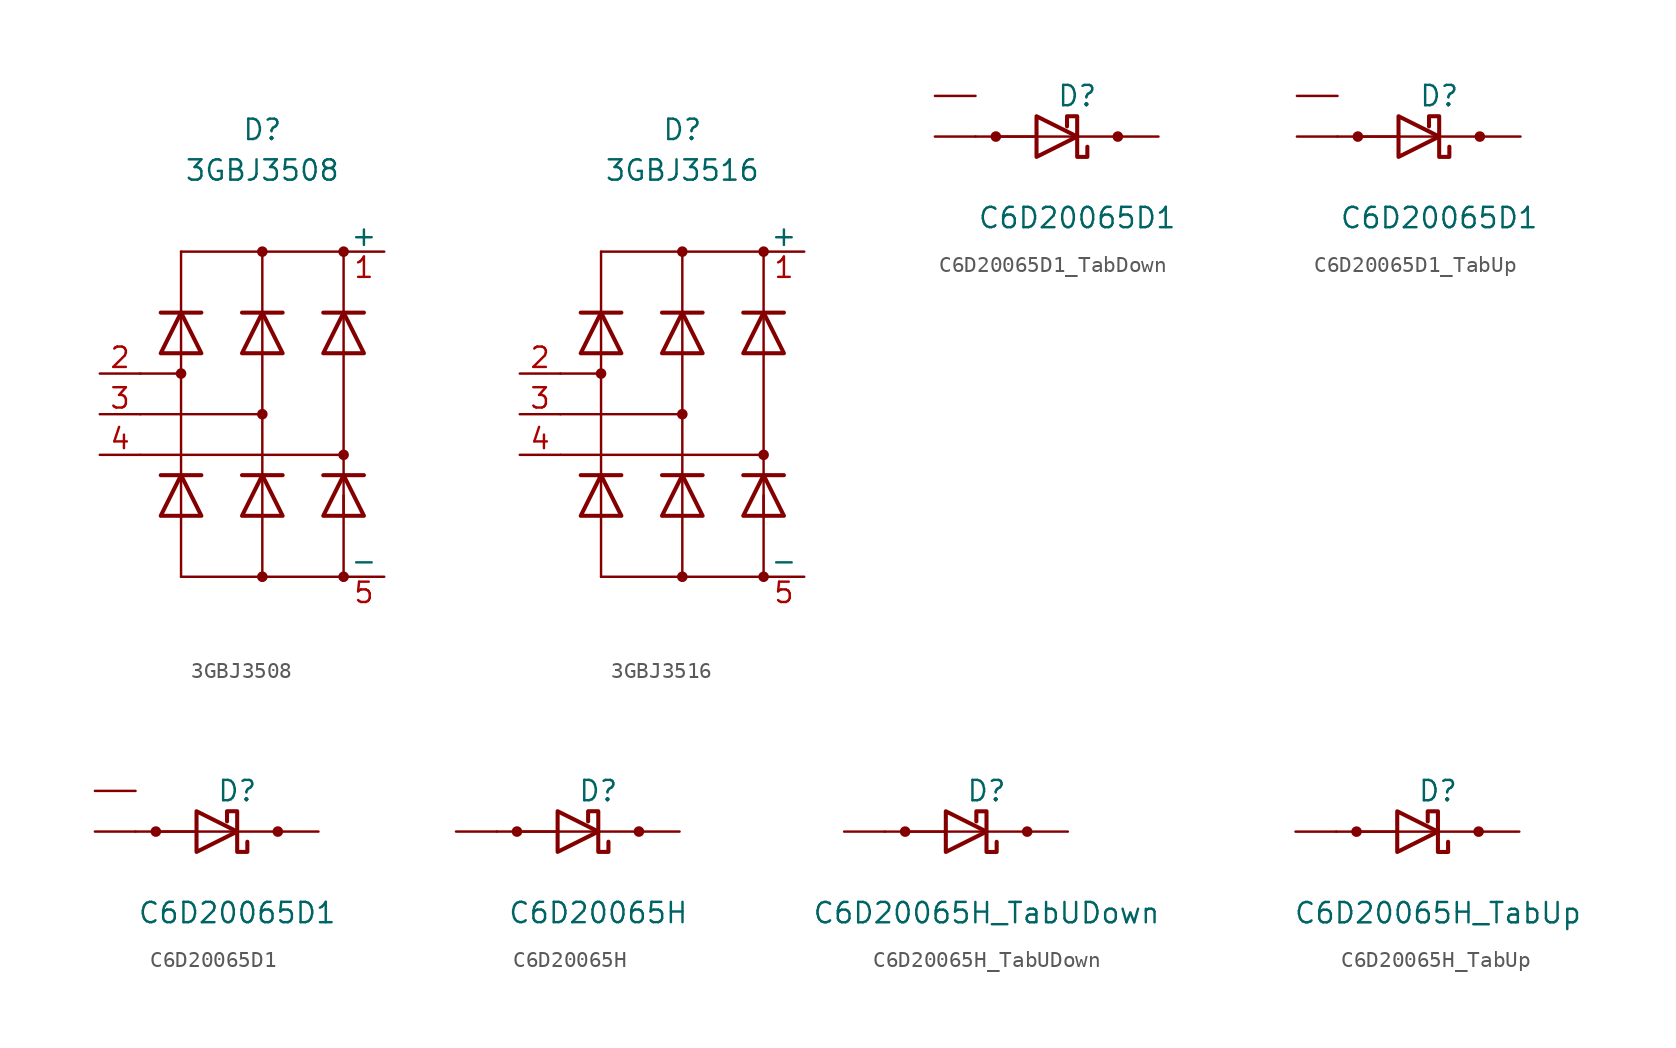
<source format=kicad_sym>
(kicad_symbol_lib
  (version 20220914)
  (generator kicad_symbol_editor)
  (symbol "3GBJ3508"
    (pin_names
      (offset 0))
    (property "Reference" "D"
      (at 0 17.78 0)
      (effects (font (size 1.27 1.27))))
    (property "Value" "3GBJ3508"
      (at 0 15.24 0)
      (effects (font (size 1.27 1.27))))
    (symbol "3GBJ3508_0_1"
      (circle (center -5.08 2.54) (radius 0.254) (stroke (width 0) (type default)) (fill (type outline)))
      (circle (center 0 -10.16) (radius 0.254) (stroke (width 0) (type default)) (fill (type outline)))
      (polyline (pts (xy -7.62 -2.54) (xy 5.08 -2.54)) (stroke (width 0) (type default)) (fill (type none)))
      (polyline (pts (xy -7.62 0) (xy 0 0)) (stroke (width 0) (type default)) (fill (type none)))
      (polyline (pts (xy -7.62 2.54) (xy -5.08 2.54)) (stroke (width 0) (type default)) (fill (type none)))
      (polyline (pts (xy -5.08 -10.16) (xy 5.08 -10.16)) (stroke (width 0) (type default)) (fill (type none)))
      (polyline (pts (xy -5.08 -6.35) (xy -5.08 -10.16)) (stroke (width 0) (type default)) (fill (type none)))
      (polyline (pts (xy -5.08 3.81) (xy -5.08 -3.81)) (stroke (width 0) (type default)) (fill (type none)))
      (polyline (pts (xy -5.08 10.16) (xy -5.08 6.35)) (stroke (width 0) (type default)) (fill (type none)))
      (polyline (pts (xy -5.08 10.16) (xy 5.08 10.16)) (stroke (width 0) (type default)) (fill (type none)))
      (polyline (pts (xy 0 -6.35) (xy 0 -10.16)) (stroke (width 0) (type default)) (fill (type none)))
      (polyline (pts (xy 0 3.81) (xy 0 -3.81)) (stroke (width 0) (type default)) (fill (type none)))
      (polyline (pts (xy 0 6.35) (xy 0 10.16)) (stroke (width 0) (type default)) (fill (type none)))
      (polyline (pts (xy 5.08 -10.16) (xy 5.08 -5.08)) (stroke (width 0) (type default)) (fill (type none)))
      (polyline (pts (xy 5.08 3.81) (xy 5.08 -3.81)) (stroke (width 0) (type default)) (fill (type none)))
      (polyline (pts (xy 5.08 10.16) (xy 5.08 6.35)) (stroke (width 0) (type default)) (fill (type none)))
      (circle (center 0 0) (radius 0.254) (stroke (width 0) (type default)) (fill (type outline)))
      (circle (center 0 10.16) (radius 0.254) (stroke (width 0) (type default)) (fill (type outline)))
      (circle (center 5.08 -10.16) (radius 0.254) (stroke (width 0) (type default)) (fill (type outline)))
      (circle (center 5.08 -2.54) (radius 0.254) (stroke (width 0) (type default)) (fill (type outline)))
      (circle (center 5.08 10.16) (radius 0.254) (stroke (width 0) (type default)) (fill (type outline))))
    (symbol "3GBJ3508_1_1"
      (polyline (pts (xy -5.08 -6.35) (xy -5.08 -3.81)) (stroke (width 0) (type default)) (fill (type none)))
      (polyline (pts (xy -5.08 3.81) (xy -5.08 6.35)) (stroke (width 0) (type default)) (fill (type none)))
      (polyline (pts (xy -3.81 -3.81) (xy -6.35 -3.81)) (stroke (width 0.254) (type default)) (fill (type none)))
      (polyline (pts (xy -3.81 6.35) (xy -6.35 6.35)) (stroke (width 0.254) (type default)) (fill (type none)))
      (polyline (pts (xy 0 -6.35) (xy 0 -3.81)) (stroke (width 0) (type default)) (fill (type none)))
      (polyline (pts (xy 0 3.81) (xy 0 6.35)) (stroke (width 0) (type default)) (fill (type none)))
      (polyline (pts (xy 1.27 -3.81) (xy -1.27 -3.81)) (stroke (width 0.254) (type default)) (fill (type none)))
      (polyline (pts (xy 1.27 6.35) (xy -1.27 6.35)) (stroke (width 0.254) (type default)) (fill (type none)))
      (polyline (pts (xy 5.08 -6.35) (xy 5.08 -3.81)) (stroke (width 0) (type default)) (fill (type none)))
      (polyline (pts (xy 5.08 3.81) (xy 5.08 6.35)) (stroke (width 0) (type default)) (fill (type none)))
      (polyline (pts (xy 6.35 -3.81) (xy 3.81 -3.81)) (stroke (width 0.254) (type default)) (fill (type none)))
      (polyline (pts (xy 6.35 6.35) (xy 3.81 6.35)) (stroke (width 0.254) (type default)) (fill (type none)))
      (polyline (pts (xy -3.81 -6.35) (xy -6.35 -6.35) (xy -5.08 -3.81) (xy -3.81 -6.35)) (stroke (width 0.254) (type default)) (fill (type none)))
      (polyline (pts (xy -3.81 3.81) (xy -6.35 3.81) (xy -5.08 6.35) (xy -3.81 3.81)) (stroke (width 0.254) (type default)) (fill (type none)))
      (polyline (pts (xy 1.27 -6.35) (xy -1.27 -6.35) (xy 0 -3.81) (xy 1.27 -6.35)) (stroke (width 0.254) (type default)) (fill (type none)))
      (polyline (pts (xy 1.27 3.81) (xy -1.27 3.81) (xy 0 6.35) (xy 1.27 3.81)) (stroke (width 0.254) (type default)) (fill (type none)))
      (polyline (pts (xy 6.35 -6.35) (xy 3.81 -6.35) (xy 5.08 -3.81) (xy 6.35 -6.35)) (stroke (width 0.254) (type default)) (fill (type none)))
      (polyline (pts (xy 6.35 3.81) (xy 3.81 3.81) (xy 5.08 6.35) (xy 6.35 3.81)) (stroke (width 0.254) (type default)) (fill (type none)))
      (pin passive line (at 7.62 10.16 180) (length 2.54) (name "+" (effects (font (size 1.27 1.27)))) (number "1" (effects (font (size 1.27 1.27)))))
      (pin passive line (at -10.16 2.54 0) (length 2.54) (name "~" (effects (font (size 1.27 1.27)))) (number "2" (effects (font (size 1.27 1.27)))))
      (pin passive line (at -10.16 0 0) (length 2.54) (name "~" (effects (font (size 1.27 1.27)))) (number "3" (effects (font (size 1.27 1.27)))))
      (pin passive line (at -10.16 -2.54 0) (length 2.54) (name "~" (effects (font (size 1.27 1.27)))) (number "4" (effects (font (size 1.27 1.27)))))
      (pin passive line (at 7.62 -10.16 180) (length 2.54) (name "-" (effects (font (size 1.27 1.27)))) (number "5" (effects (font (size 1.27 1.27)))))))
  (symbol "3GBJ3516"
    (pin_names
      (offset 0))
    (property "Reference" "D"
      (at 0 17.78 0)
      (effects (font (size 1.27 1.27))))
    (property "Value" "3GBJ3516"
      (at 0 15.24 0)
      (effects (font (size 1.27 1.27))))
    (symbol "3GBJ3516_0_1"
      (circle (center -5.08 2.54) (radius 0.254) (stroke (width 0) (type default)) (fill (type outline)))
      (circle (center 0 -10.16) (radius 0.254) (stroke (width 0) (type default)) (fill (type outline)))
      (polyline (pts (xy -7.62 -2.54) (xy 5.08 -2.54)) (stroke (width 0) (type default)) (fill (type none)))
      (polyline (pts (xy -7.62 0) (xy 0 0)) (stroke (width 0) (type default)) (fill (type none)))
      (polyline (pts (xy -7.62 2.54) (xy -5.08 2.54)) (stroke (width 0) (type default)) (fill (type none)))
      (polyline (pts (xy -5.08 -10.16) (xy 5.08 -10.16)) (stroke (width 0) (type default)) (fill (type none)))
      (polyline (pts (xy -5.08 -6.35) (xy -5.08 -10.16)) (stroke (width 0) (type default)) (fill (type none)))
      (polyline (pts (xy -5.08 3.81) (xy -5.08 -3.81)) (stroke (width 0) (type default)) (fill (type none)))
      (polyline (pts (xy -5.08 10.16) (xy -5.08 6.35)) (stroke (width 0) (type default)) (fill (type none)))
      (polyline (pts (xy -5.08 10.16) (xy 5.08 10.16)) (stroke (width 0) (type default)) (fill (type none)))
      (polyline (pts (xy 0 -6.35) (xy 0 -10.16)) (stroke (width 0) (type default)) (fill (type none)))
      (polyline (pts (xy 0 3.81) (xy 0 -3.81)) (stroke (width 0) (type default)) (fill (type none)))
      (polyline (pts (xy 0 6.35) (xy 0 10.16)) (stroke (width 0) (type default)) (fill (type none)))
      (polyline (pts (xy 5.08 -10.16) (xy 5.08 -5.08)) (stroke (width 0) (type default)) (fill (type none)))
      (polyline (pts (xy 5.08 3.81) (xy 5.08 -3.81)) (stroke (width 0) (type default)) (fill (type none)))
      (polyline (pts (xy 5.08 10.16) (xy 5.08 6.35)) (stroke (width 0) (type default)) (fill (type none)))
      (circle (center 0 0) (radius 0.254) (stroke (width 0) (type default)) (fill (type outline)))
      (circle (center 0 10.16) (radius 0.254) (stroke (width 0) (type default)) (fill (type outline)))
      (circle (center 5.08 -10.16) (radius 0.254) (stroke (width 0) (type default)) (fill (type outline)))
      (circle (center 5.08 -2.54) (radius 0.254) (stroke (width 0) (type default)) (fill (type outline)))
      (circle (center 5.08 10.16) (radius 0.254) (stroke (width 0) (type default)) (fill (type outline))))
    (symbol "3GBJ3516_1_1"
      (polyline (pts (xy -5.08 -6.35) (xy -5.08 -3.81)) (stroke (width 0) (type default)) (fill (type none)))
      (polyline (pts (xy -5.08 3.81) (xy -5.08 6.35)) (stroke (width 0) (type default)) (fill (type none)))
      (polyline (pts (xy -3.81 -3.81) (xy -6.35 -3.81)) (stroke (width 0.254) (type default)) (fill (type none)))
      (polyline (pts (xy -3.81 6.35) (xy -6.35 6.35)) (stroke (width 0.254) (type default)) (fill (type none)))
      (polyline (pts (xy 0 -6.35) (xy 0 -3.81)) (stroke (width 0) (type default)) (fill (type none)))
      (polyline (pts (xy 0 3.81) (xy 0 6.35)) (stroke (width 0) (type default)) (fill (type none)))
      (polyline (pts (xy 1.27 -3.81) (xy -1.27 -3.81)) (stroke (width 0.254) (type default)) (fill (type none)))
      (polyline (pts (xy 1.27 6.35) (xy -1.27 6.35)) (stroke (width 0.254) (type default)) (fill (type none)))
      (polyline (pts (xy 5.08 -6.35) (xy 5.08 -3.81)) (stroke (width 0) (type default)) (fill (type none)))
      (polyline (pts (xy 5.08 3.81) (xy 5.08 6.35)) (stroke (width 0) (type default)) (fill (type none)))
      (polyline (pts (xy 6.35 -3.81) (xy 3.81 -3.81)) (stroke (width 0.254) (type default)) (fill (type none)))
      (polyline (pts (xy 6.35 6.35) (xy 3.81 6.35)) (stroke (width 0.254) (type default)) (fill (type none)))
      (polyline (pts (xy -3.81 -6.35) (xy -6.35 -6.35) (xy -5.08 -3.81) (xy -3.81 -6.35)) (stroke (width 0.254) (type default)) (fill (type none)))
      (polyline (pts (xy -3.81 3.81) (xy -6.35 3.81) (xy -5.08 6.35) (xy -3.81 3.81)) (stroke (width 0.254) (type default)) (fill (type none)))
      (polyline (pts (xy 1.27 -6.35) (xy -1.27 -6.35) (xy 0 -3.81) (xy 1.27 -6.35)) (stroke (width 0.254) (type default)) (fill (type none)))
      (polyline (pts (xy 1.27 3.81) (xy -1.27 3.81) (xy 0 6.35) (xy 1.27 3.81)) (stroke (width 0.254) (type default)) (fill (type none)))
      (polyline (pts (xy 6.35 -6.35) (xy 3.81 -6.35) (xy 5.08 -3.81) (xy 6.35 -6.35)) (stroke (width 0.254) (type default)) (fill (type none)))
      (polyline (pts (xy 6.35 3.81) (xy 3.81 3.81) (xy 5.08 6.35) (xy 6.35 3.81)) (stroke (width 0.254) (type default)) (fill (type none)))
      (pin passive line (at 7.62 10.16 180) (length 2.54) (name "+" (effects (font (size 1.27 1.27)))) (number "1" (effects (font (size 1.27 1.27)))))
      (pin passive line (at -10.16 2.54 0) (length 2.54) (name "~" (effects (font (size 1.27 1.27)))) (number "2" (effects (font (size 1.27 1.27)))))
      (pin passive line (at -10.16 0 0) (length 2.54) (name "~" (effects (font (size 1.27 1.27)))) (number "3" (effects (font (size 1.27 1.27)))))
      (pin passive line (at -10.16 -2.54 0) (length 2.54) (name "~" (effects (font (size 1.27 1.27)))) (number "4" (effects (font (size 1.27 1.27)))))
      (pin passive line (at 7.62 -10.16 180) (length 2.54) (name "-" (effects (font (size 1.27 1.27)))) (number "5" (effects (font (size 1.27 1.27)))))))
  (symbol "C6D20065D1_TabDown"
    (pin_numbers hide)
    (pin_names
      (offset 1.016) hide)
    (property "Reference" "D"
      (at 0 2.54 0)
      (effects (font (size 1.27 1.27))))
    (property "Value" "C6D20065D1"
      (at 0 -5.08 0)
      (effects (font (size 1.27 1.27))))
    (symbol "C6D20065D1_TabDown_0_1"
      (circle (center -5.08 0) (radius 0.254) (stroke (width 0) (type default)) (fill (type outline)))
      (polyline (pts (xy -6.35 0) (xy -5.08 0)) (stroke (width 0) (type default)) (fill (type none)))
      (polyline (pts (xy -5.08 0) (xy -2.54 0)) (stroke (width 0) (type default)) (fill (type none)))
      (polyline (pts (xy -5.08 0) (xy -2.54 0)) (stroke (width 0) (type default)) (fill (type none)))
      (polyline (pts (xy -2.54 0) (xy 0 0)) (stroke (width 0) (type default)) (fill (type none)))
      (polyline (pts (xy -2.54 -1.27) (xy -2.54 1.27) (xy 0 0) (xy -2.54 -1.27)) (stroke (width 0.254) (type default)) (fill (type none)))
      (polyline (pts (xy 0 0) (xy 2.54 0) (xy 2.54 0) (xy 2.54 0)) (stroke (width 0) (type default)) (fill (type none)))
      (polyline (pts (xy 0.635 -0.635) (xy 0.635 -1.27) (xy 0 -1.27) (xy 0 1.27) (xy -0.635 1.27) (xy -0.635 0.635)) (stroke (width 0.254) (type default)) (fill (type none)))
      (circle (center 2.54 0) (radius 0.254) (stroke (width 0) (type default)) (fill (type outline))))
    (symbol "C6D20065D1_TabDown_1_1"
      (pin passive line (at -8.89 2.54 0) (length 2.54) (name "A1" (effects (font (size 1.27 1.27)))) (number "1" (effects (font (size 1.27 1.27)))))
      (pin passive line (at 5.08 0 180) (length 2.54) (name "K" (effects (font (size 1.27 1.27)))) (number "2" (effects (font (size 1.27 1.27)))))
      (pin passive line (at -8.89 0 0) (length 2.54) (name "A2" (effects (font (size 1.27 1.27)))) (number "3" (effects (font (size 1.27 1.27)))))))
  (symbol "C6D20065D1_TabUp"
    (pin_numbers hide)
    (pin_names
      (offset 1.016) hide)
    (property "Reference" "D"
      (at 0 2.54 0)
      (effects (font (size 1.27 1.27))))
    (property "Value" "C6D20065D1"
      (at 0 -5.08 0)
      (effects (font (size 1.27 1.27))))
    (symbol "C6D20065D1_TabUp_0_1"
      (circle (center -5.08 0) (radius 0.254) (stroke (width 0) (type default)) (fill (type outline)))
      (polyline (pts (xy -6.35 0) (xy -5.08 0)) (stroke (width 0) (type default)) (fill (type none)))
      (polyline (pts (xy -5.08 0) (xy -2.54 0)) (stroke (width 0) (type default)) (fill (type none)))
      (polyline (pts (xy -5.08 0) (xy -2.54 0)) (stroke (width 0) (type default)) (fill (type none)))
      (polyline (pts (xy -2.54 0) (xy 0 0)) (stroke (width 0) (type default)) (fill (type none)))
      (polyline (pts (xy -2.54 -1.27) (xy -2.54 1.27) (xy 0 0) (xy -2.54 -1.27)) (stroke (width 0.254) (type default)) (fill (type none)))
      (polyline (pts (xy 0 0) (xy 2.54 0) (xy 2.54 0) (xy 2.54 0)) (stroke (width 0) (type default)) (fill (type none)))
      (polyline (pts (xy 0.635 -0.635) (xy 0.635 -1.27) (xy 0 -1.27) (xy 0 1.27) (xy -0.635 1.27) (xy -0.635 0.635)) (stroke (width 0.254) (type default)) (fill (type none)))
      (circle (center 2.54 0) (radius 0.254) (stroke (width 0) (type default)) (fill (type outline))))
    (symbol "C6D20065D1_TabUp_1_1"
      (pin passive line (at -8.89 2.54 0) (length 2.54) (name "A1" (effects (font (size 1.27 1.27)))) (number "1" (effects (font (size 1.27 1.27)))))
      (pin passive line (at 5.08 0 180) (length 2.54) (name "K" (effects (font (size 1.27 1.27)))) (number "2" (effects (font (size 1.27 1.27)))))
      (pin passive line (at -8.89 0 0) (length 2.54) (name "A2" (effects (font (size 1.27 1.27)))) (number "3" (effects (font (size 1.27 1.27)))))))
  (symbol "C6D20065D1"
    (pin_numbers hide)
    (pin_names
      (offset 1.016) hide)
    (property "Reference" "D"
      (at 0 2.54 0)
      (effects (font (size 1.27 1.27))))
    (property "Value" "C6D20065D1"
      (at 0 -5.08 0)
      (effects (font (size 1.27 1.27))))
    (symbol "C6D20065D1_0_1"
      (circle (center -5.08 0) (radius 0.254) (stroke (width 0) (type default)) (fill (type outline)))
      (polyline (pts (xy -6.35 0) (xy -5.08 0)) (stroke (width 0) (type default)) (fill (type none)))
      (polyline (pts (xy -5.08 0) (xy -2.54 0)) (stroke (width 0) (type default)) (fill (type none)))
      (polyline (pts (xy -5.08 0) (xy -2.54 0)) (stroke (width 0) (type default)) (fill (type none)))
      (polyline (pts (xy -2.54 0) (xy 0 0)) (stroke (width 0) (type default)) (fill (type none)))
      (polyline (pts (xy -2.54 -1.27) (xy -2.54 1.27) (xy 0 0) (xy -2.54 -1.27)) (stroke (width 0.254) (type default)) (fill (type none)))
      (polyline (pts (xy 0 0) (xy 2.54 0) (xy 2.54 0) (xy 2.54 0)) (stroke (width 0) (type default)) (fill (type none)))
      (polyline (pts (xy 0.635 -0.635) (xy 0.635 -1.27) (xy 0 -1.27) (xy 0 1.27) (xy -0.635 1.27) (xy -0.635 0.635)) (stroke (width 0.254) (type default)) (fill (type none)))
      (circle (center 2.54 0) (radius 0.254) (stroke (width 0) (type default)) (fill (type outline))))
    (symbol "C6D20065D1_1_1"
      (pin passive line (at -8.89 2.54 0) (length 2.54) (name "A1" (effects (font (size 1.27 1.27)))) (number "1" (effects (font (size 1.27 1.27)))))
      (pin passive line (at 5.08 0 180) (length 2.54) (name "K" (effects (font (size 1.27 1.27)))) (number "2" (effects (font (size 1.27 1.27)))))
      (pin passive line (at -8.89 0 0) (length 2.54) (name "A2" (effects (font (size 1.27 1.27)))) (number "3" (effects (font (size 1.27 1.27)))))))
  (symbol "C6D20065H"
    (pin_numbers hide)
    (pin_names
      (offset 1.016) hide)
    (property "Reference" "D"
      (at 0 2.54 0)
      (effects (font (size 1.27 1.27))))
    (property "Value" "C6D20065H"
      (at 0 -5.08 0)
      (effects (font (size 1.27 1.27))))
    (symbol "C6D20065H_0_1"
      (circle (center -5.08 0) (radius 0.254) (stroke (width 0) (type default)) (fill (type outline)))
      (polyline (pts (xy -6.35 0) (xy -5.08 0)) (stroke (width 0) (type default)) (fill (type none)))
      (polyline (pts (xy -5.08 0) (xy -2.54 0)) (stroke (width 0) (type default)) (fill (type none)))
      (polyline (pts (xy -5.08 0) (xy -2.54 0)) (stroke (width 0) (type default)) (fill (type none)))
      (polyline (pts (xy -2.54 0) (xy 0 0)) (stroke (width 0) (type default)) (fill (type none)))
      (polyline (pts (xy -2.54 -1.27) (xy -2.54 1.27) (xy 0 0) (xy -2.54 -1.27)) (stroke (width 0.254) (type default)) (fill (type none)))
      (polyline (pts (xy 0 0) (xy 2.54 0) (xy 2.54 0) (xy 2.54 0)) (stroke (width 0) (type default)) (fill (type none)))
      (polyline (pts (xy 0.635 -0.635) (xy 0.635 -1.27) (xy 0 -1.27) (xy 0 1.27) (xy -0.635 1.27) (xy -0.635 0.635)) (stroke (width 0.254) (type default)) (fill (type none)))
      (circle (center 2.54 0) (radius 0.254) (stroke (width 0) (type default)) (fill (type outline))))
    (symbol "C6D20065H_1_1"
      (pin passive line (at 5.08 0 180) (length 2.54) (name "K" (effects (font (size 1.27 1.27)))) (number "1" (effects (font (size 1.27 1.27)))))
      (pin passive line (at -8.89 0 0) (length 2.54) (name "A1" (effects (font (size 1.27 1.27)))) (number "2" (effects (font (size 1.27 1.27)))))))
  (symbol "C6D20065H_TabUDown"
    (pin_numbers hide)
    (pin_names
      (offset 1.016) hide)
    (property "Reference" "D"
      (at 0 2.54 0)
      (effects (font (size 1.27 1.27))))
    (property "Value" "C6D20065H_TabUDown"
      (at 0 -5.08 0)
      (effects (font (size 1.27 1.27))))
    (symbol "C6D20065H_TabUDown_0_1"
      (circle (center -5.08 0) (radius 0.254) (stroke (width 0) (type default)) (fill (type outline)))
      (polyline (pts (xy -6.35 0) (xy -5.08 0)) (stroke (width 0) (type default)) (fill (type none)))
      (polyline (pts (xy -5.08 0) (xy -2.54 0)) (stroke (width 0) (type default)) (fill (type none)))
      (polyline (pts (xy -5.08 0) (xy -2.54 0)) (stroke (width 0) (type default)) (fill (type none)))
      (polyline (pts (xy -2.54 0) (xy 0 0)) (stroke (width 0) (type default)) (fill (type none)))
      (polyline (pts (xy -2.54 -1.27) (xy -2.54 1.27) (xy 0 0) (xy -2.54 -1.27)) (stroke (width 0.254) (type default)) (fill (type none)))
      (polyline (pts (xy 0 0) (xy 2.54 0) (xy 2.54 0) (xy 2.54 0)) (stroke (width 0) (type default)) (fill (type none)))
      (polyline (pts (xy 0.635 -0.635) (xy 0.635 -1.27) (xy 0 -1.27) (xy 0 1.27) (xy -0.635 1.27) (xy -0.635 0.635)) (stroke (width 0.254) (type default)) (fill (type none)))
      (circle (center 2.54 0) (radius 0.254) (stroke (width 0) (type default)) (fill (type outline))))
    (symbol "C6D20065H_TabUDown_1_1"
      (pin passive line (at 5.08 0 180) (length 2.54) (name "K" (effects (font (size 1.27 1.27)))) (number "1" (effects (font (size 1.27 1.27)))))
      (pin passive line (at -8.89 0 0) (length 2.54) (name "A1" (effects (font (size 1.27 1.27)))) (number "2" (effects (font (size 1.27 1.27)))))))
  (symbol "C6D20065H_TabUp"
    (pin_numbers hide)
    (pin_names
      (offset 1.016) hide)
    (property "Reference" "D"
      (at 0 2.54 0)
      (effects (font (size 1.27 1.27))))
    (property "Value" "C6D20065H_TabUp"
      (at 0 -5.08 0)
      (effects (font (size 1.27 1.27))))
    (symbol "C6D20065H_TabUp_0_1"
      (circle (center -5.08 0) (radius 0.254) (stroke (width 0) (type default)) (fill (type outline)))
      (polyline (pts (xy -6.35 0) (xy -5.08 0)) (stroke (width 0) (type default)) (fill (type none)))
      (polyline (pts (xy -5.08 0) (xy -2.54 0)) (stroke (width 0) (type default)) (fill (type none)))
      (polyline (pts (xy -5.08 0) (xy -2.54 0)) (stroke (width 0) (type default)) (fill (type none)))
      (polyline (pts (xy -2.54 0) (xy 0 0)) (stroke (width 0) (type default)) (fill (type none)))
      (polyline (pts (xy -2.54 -1.27) (xy -2.54 1.27) (xy 0 0) (xy -2.54 -1.27)) (stroke (width 0.254) (type default)) (fill (type none)))
      (polyline (pts (xy 0 0) (xy 2.54 0) (xy 2.54 0) (xy 2.54 0)) (stroke (width 0) (type default)) (fill (type none)))
      (polyline (pts (xy 0.635 -0.635) (xy 0.635 -1.27) (xy 0 -1.27) (xy 0 1.27) (xy -0.635 1.27) (xy -0.635 0.635)) (stroke (width 0.254) (type default)) (fill (type none)))
      (circle (center 2.54 0) (radius 0.254) (stroke (width 0) (type default)) (fill (type outline))))
    (symbol "C6D20065H_TabUp_1_1"
      (pin passive line (at 5.08 0 180) (length 2.54) (name "K" (effects (font (size 1.27 1.27)))) (number "1" (effects (font (size 1.27 1.27)))))
      (pin passive line (at -8.89 0 0) (length 2.54) (name "A1" (effects (font (size 1.27 1.27)))) (number "2" (effects (font (size 1.27 1.27))))))))
</source>
